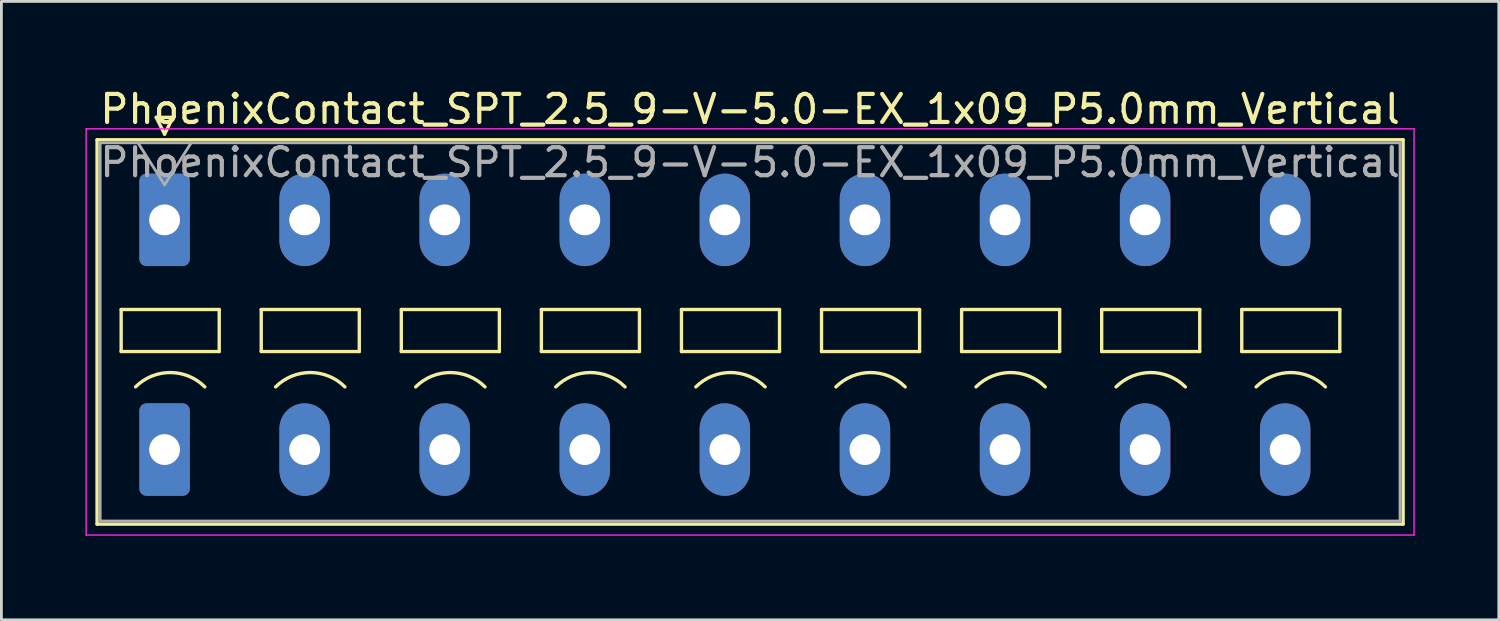
<source format=kicad_pcb>
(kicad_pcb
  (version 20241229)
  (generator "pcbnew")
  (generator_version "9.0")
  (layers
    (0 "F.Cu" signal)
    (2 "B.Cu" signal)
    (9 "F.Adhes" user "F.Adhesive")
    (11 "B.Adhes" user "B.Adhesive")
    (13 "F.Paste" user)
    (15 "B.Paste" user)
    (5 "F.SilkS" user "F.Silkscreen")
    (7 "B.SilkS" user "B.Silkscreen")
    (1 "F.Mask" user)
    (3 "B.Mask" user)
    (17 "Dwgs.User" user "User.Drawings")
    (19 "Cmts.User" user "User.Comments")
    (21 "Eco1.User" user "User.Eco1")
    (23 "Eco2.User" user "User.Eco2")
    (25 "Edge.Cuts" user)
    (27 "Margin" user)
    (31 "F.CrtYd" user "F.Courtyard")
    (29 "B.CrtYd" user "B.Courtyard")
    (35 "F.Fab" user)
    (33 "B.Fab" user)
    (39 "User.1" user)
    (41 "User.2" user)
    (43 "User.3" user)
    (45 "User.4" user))
  (footprint "PhoenixContact_SPT_2.5_9-V-5.0-EX_1x09_P5.0mm_Vertical"
    (layer "F.Cu")
    (at 2.825 4.798)
    (property "Reference" "PhoenixContact_SPT_2.5_9-V-5.0-EX_1x09_P5.0mm_Vertical" (at 20.9 -3.95 0) (layer "F.SilkS") (effects (font (size 1 1) (thickness 0.15))))
    (attr through_hole)
    (fp_line (start -2.41 -2.86) (end 44.21 -2.86) (stroke (width 0.12) (type solid)) (layer "F.SilkS"))
    (fp_line (start -2.41 10.86) (end -2.41 -2.86) (stroke (width 0.12) (type solid)) (layer "F.SilkS"))
    (fp_line (start -1.55 3.2) (end -1.55 4.7) (stroke (width 0.12) (type solid)) (layer "F.SilkS"))
    (fp_line (start -1.55 4.7) (end 1.95 4.7) (stroke (width 0.12) (type solid)) (layer "F.SilkS"))
    (fp_line (start -0.3 -3.66) (end 0 -3.06) (stroke (width 0.12) (type solid)) (layer "F.SilkS"))
    (fp_line (start -0.3 -3.66) (end 0.3 -3.66) (stroke (width 0.12) (type solid)) (layer "F.SilkS"))
    (fp_line (start 0.3 -3.66) (end 0 -3.06) (stroke (width 0.12) (type solid)) (layer "F.SilkS"))
    (fp_line (start 1.95 3.2) (end -1.55 3.2) (stroke (width 0.12) (type solid)) (layer "F.SilkS"))
    (fp_line (start 1.95 4.7) (end 1.95 3.2) (stroke (width 0.12) (type solid)) (layer "F.SilkS"))
    (fp_line (start 3.45 3.2) (end 3.45 4.7) (stroke (width 0.12) (type solid)) (layer "F.SilkS"))
    (fp_line (start 3.45 4.7) (end 6.95 4.7) (stroke (width 0.12) (type solid)) (layer "F.SilkS"))
    (fp_line (start 6.95 3.2) (end 3.45 3.2) (stroke (width 0.12) (type solid)) (layer "F.SilkS"))
    (fp_line (start 6.95 4.7) (end 6.95 3.2) (stroke (width 0.12) (type solid)) (layer "F.SilkS"))
    (fp_line (start 8.45 3.2) (end 8.45 4.7) (stroke (width 0.12) (type solid)) (layer "F.SilkS"))
    (fp_line (start 8.45 4.7) (end 11.95 4.7) (stroke (width 0.12) (type solid)) (layer "F.SilkS"))
    (fp_line (start 11.95 3.2) (end 8.45 3.2) (stroke (width 0.12) (type solid)) (layer "F.SilkS"))
    (fp_line (start 11.95 4.7) (end 11.95 3.2) (stroke (width 0.12) (type solid)) (layer "F.SilkS"))
    (fp_line (start 13.45 3.2) (end 13.45 4.7) (stroke (width 0.12) (type solid)) (layer "F.SilkS"))
    (fp_line (start 13.45 4.7) (end 16.95 4.7) (stroke (width 0.12) (type solid)) (layer "F.SilkS"))
    (fp_line (start 16.95 3.2) (end 13.45 3.2) (stroke (width 0.12) (type solid)) (layer "F.SilkS"))
    (fp_line (start 16.95 4.7) (end 16.95 3.2) (stroke (width 0.12) (type solid)) (layer "F.SilkS"))
    (fp_line (start 18.45 3.2) (end 18.45 4.7) (stroke (width 0.12) (type solid)) (layer "F.SilkS"))
    (fp_line (start 18.45 4.7) (end 21.95 4.7) (stroke (width 0.12) (type solid)) (layer "F.SilkS"))
    (fp_line (start 21.95 3.2) (end 18.45 3.2) (stroke (width 0.12) (type solid)) (layer "F.SilkS"))
    (fp_line (start 21.95 4.7) (end 21.95 3.2) (stroke (width 0.12) (type solid)) (layer "F.SilkS"))
    (fp_line (start 23.45 3.2) (end 23.45 4.7) (stroke (width 0.12) (type solid)) (layer "F.SilkS"))
    (fp_line (start 23.45 4.7) (end 26.95 4.7) (stroke (width 0.12) (type solid)) (layer "F.SilkS"))
    (fp_line (start 26.95 3.2) (end 23.45 3.2) (stroke (width 0.12) (type solid)) (layer "F.SilkS"))
    (fp_line (start 26.95 4.7) (end 26.95 3.2) (stroke (width 0.12) (type solid)) (layer "F.SilkS"))
    (fp_line (start 28.45 3.2) (end 28.45 4.7) (stroke (width 0.12) (type solid)) (layer "F.SilkS"))
    (fp_line (start 28.45 4.7) (end 31.95 4.7) (stroke (width 0.12) (type solid)) (layer "F.SilkS"))
    (fp_line (start 31.95 3.2) (end 28.45 3.2) (stroke (width 0.12) (type solid)) (layer "F.SilkS"))
    (fp_line (start 31.95 4.7) (end 31.95 3.2) (stroke (width 0.12) (type solid)) (layer "F.SilkS"))
    (fp_line (start 33.45 3.2) (end 33.45 4.7) (stroke (width 0.12) (type solid)) (layer "F.SilkS"))
    (fp_line (start 33.45 4.7) (end 36.95 4.7) (stroke (width 0.12) (type solid)) (layer "F.SilkS"))
    (fp_line (start 36.95 3.2) (end 33.45 3.2) (stroke (width 0.12) (type solid)) (layer "F.SilkS"))
    (fp_line (start 36.95 4.7) (end 36.95 3.2) (stroke (width 0.12) (type solid)) (layer "F.SilkS"))
    (fp_line (start 38.45 3.2) (end 38.45 4.7) (stroke (width 0.12) (type solid)) (layer "F.SilkS"))
    (fp_line (start 38.45 4.7) (end 41.95 4.7) (stroke (width 0.12) (type solid)) (layer "F.SilkS"))
    (fp_line (start 41.95 3.2) (end 38.45 3.2) (stroke (width 0.12) (type solid)) (layer "F.SilkS"))
    (fp_line (start 41.95 4.7) (end 41.95 3.2) (stroke (width 0.12) (type solid)) (layer "F.SilkS"))
    (fp_line (start 44.21 -2.86) (end 44.21 10.86) (stroke (width 0.12) (type solid)) (layer "F.SilkS"))
    (fp_line (start 44.21 10.86) (end -2.41 10.86) (stroke (width 0.12) (type solid)) (layer "F.SilkS"))
    (fp_arc (start -1.037437 5.962563) (mid 0.2 5.45) (end 1.437437 5.962563) (stroke (width 0.12) (type solid)) (layer "F.SilkS"))
    (fp_arc (start 3.962563 5.962563) (mid 5.2 5.45) (end 6.437437 5.962563) (stroke (width 0.12) (type solid)) (layer "F.SilkS"))
    (fp_arc (start 8.962563 5.962563) (mid 10.2 5.45) (end 11.437437 5.962563) (stroke (width 0.12) (type solid)) (layer "F.SilkS"))
    (fp_arc (start 13.962563 5.962563) (mid 15.2 5.45) (end 16.437437 5.962563) (stroke (width 0.12) (type solid)) (layer "F.SilkS"))
    (fp_arc (start 18.962563 5.962563) (mid 20.2 5.45) (end 21.437437 5.962563) (stroke (width 0.12) (type solid)) (layer "F.SilkS"))
    (fp_arc (start 23.962563 5.962563) (mid 25.2 5.45) (end 26.437437 5.962563) (stroke (width 0.12) (type solid)) (layer "F.SilkS"))
    (fp_arc (start 28.962563 5.962563) (mid 30.2 5.45) (end 31.437437 5.962563) (stroke (width 0.12) (type solid)) (layer "F.SilkS"))
    (fp_arc (start 33.962563 5.962563) (mid 35.2 5.45) (end 36.437437 5.962563) (stroke (width 0.12) (type solid)) (layer "F.SilkS"))
    (fp_arc (start 38.962563 5.962563) (mid 40.2 5.45) (end 41.437437 5.962563) (stroke (width 0.12) (type solid)) (layer "F.SilkS"))
    (fp_line (start -2.8 -3.25) (end -2.8 11.25) (stroke (width 0.05) (type solid)) (layer "F.CrtYd"))
    (fp_line (start -2.8 11.25) (end 44.6 11.25) (stroke (width 0.05) (type solid)) (layer "F.CrtYd"))
    (fp_line (start 44.6 -3.25) (end -2.8 -3.25) (stroke (width 0.05) (type solid)) (layer "F.CrtYd"))
    (fp_line (start 44.6 11.25) (end 44.6 -3.25) (stroke (width 0.05) (type solid)) (layer "F.CrtYd"))
    (fp_line (start -2.3 -2.75) (end -2.3 10.75) (stroke (width 0.1) (type solid)) (layer "F.Fab"))
    (fp_line (start -2.3 10.75) (end 44.1 10.75) (stroke (width 0.1) (type solid)) (layer "F.Fab"))
    (fp_line (start -0.95 -2.75) (end 0 -1.25) (stroke (width 0.1) (type solid)) (layer "F.Fab"))
    (fp_line (start 0.95 -2.75) (end 0 -1.25) (stroke (width 0.1) (type solid)) (layer "F.Fab"))
    (fp_line (start 44.1 -2.75) (end -2.3 -2.75) (stroke (width 0.1) (type solid)) (layer "F.Fab"))
    (fp_line (start 44.1 10.75) (end 44.1 -2.75) (stroke (width 0.1) (type solid)) (layer "F.Fab"))
    (fp_text user "${REFERENCE}" (at 20.9 -2.05 0) (layer "F.Fab") (effects (font (size 1 1) (thickness 0.15))))
    (pad "1" thru_hole roundrect (at 0 0) (size 1.8 3.3) (drill 1.1) (layers "*.Cu" "*.Mask") (roundrect_rratio 0.139))
    (pad "1" thru_hole roundrect (at 0 8.2) (size 1.8 3.3) (drill 1.1) (layers "*.Cu" "*.Mask") (roundrect_rratio 0.139))
    (pad "2" thru_hole oval (at 5 0) (size 1.8 3.3) (drill 1.1) (layers "*.Cu" "*.Mask"))
    (pad "2" thru_hole oval (at 5 8.2) (size 1.8 3.3) (drill 1.1) (layers "*.Cu" "*.Mask"))
    (pad "3" thru_hole oval (at 10 0) (size 1.8 3.3) (drill 1.1) (layers "*.Cu" "*.Mask"))
    (pad "3" thru_hole oval (at 10 8.2) (size 1.8 3.3) (drill 1.1) (layers "*.Cu" "*.Mask"))
    (pad "4" thru_hole oval (at 15 0) (size 1.8 3.3) (drill 1.1) (layers "*.Cu" "*.Mask"))
    (pad "4" thru_hole oval (at 15 8.2) (size 1.8 3.3) (drill 1.1) (layers "*.Cu" "*.Mask"))
    (pad "5" thru_hole oval (at 20 0) (size 1.8 3.3) (drill 1.1) (layers "*.Cu" "*.Mask"))
    (pad "5" thru_hole oval (at 20 8.2) (size 1.8 3.3) (drill 1.1) (layers "*.Cu" "*.Mask"))
    (pad "6" thru_hole oval (at 25 0) (size 1.8 3.3) (drill 1.1) (layers "*.Cu" "*.Mask"))
    (pad "6" thru_hole oval (at 25 8.2) (size 1.8 3.3) (drill 1.1) (layers "*.Cu" "*.Mask"))
    (pad "7" thru_hole oval (at 30 0) (size 1.8 3.3) (drill 1.1) (layers "*.Cu" "*.Mask"))
    (pad "7" thru_hole oval (at 30 8.2) (size 1.8 3.3) (drill 1.1) (layers "*.Cu" "*.Mask"))
    (pad "8" thru_hole oval (at 35 0) (size 1.8 3.3) (drill 1.1) (layers "*.Cu" "*.Mask"))
    (pad "8" thru_hole oval (at 35 8.2) (size 1.8 3.3) (drill 1.1) (layers "*.Cu" "*.Mask"))
    (pad "9" thru_hole oval (at 40 0) (size 1.8 3.3) (drill 1.1) (layers "*.Cu" "*.Mask"))
    (pad "9" thru_hole oval (at 40 8.2) (size 1.8 3.3) (drill 1.1) (layers "*.Cu" "*.Mask")))
  (gr_rect
    (start -3 -3)
    (end 50.45 19.073)
    (stroke (width 0.1) (type default))
    (fill no)
    (layer "Edge.Cuts")))
</source>
